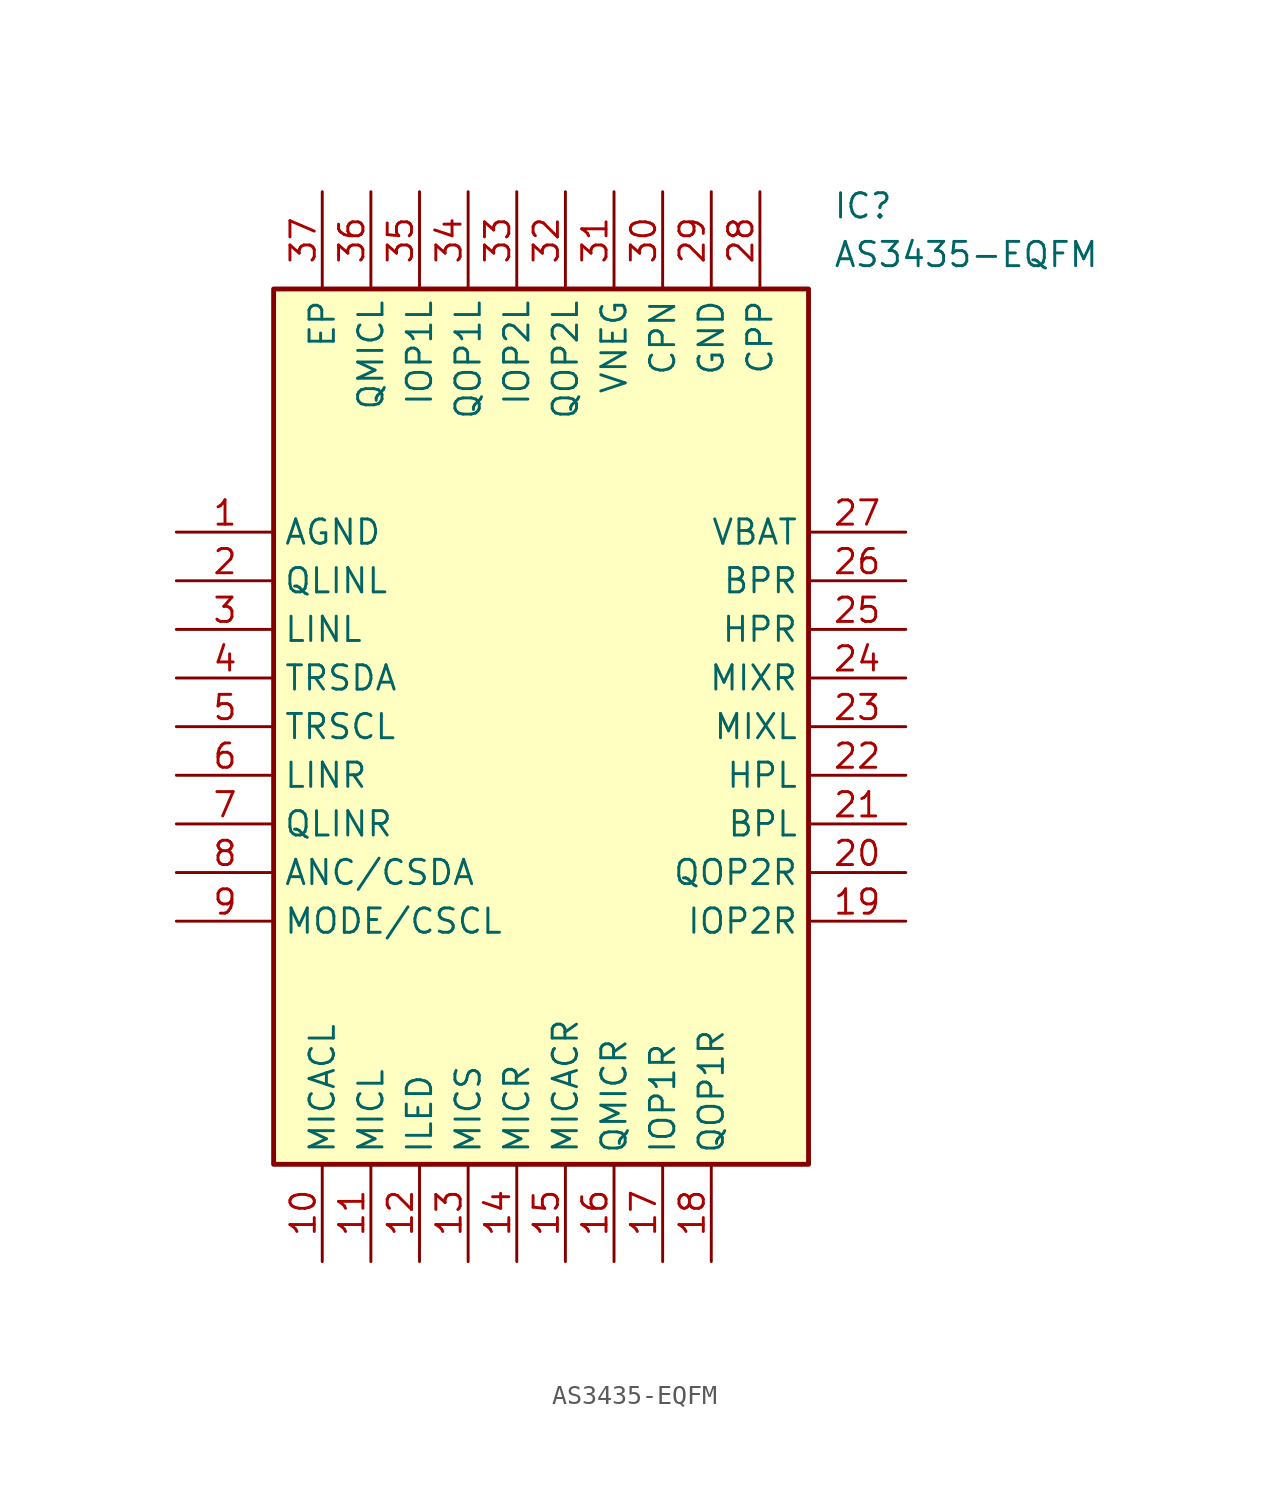
<source format=kicad_sym>
(kicad_symbol_lib
  (version 20220914)
  (generator kicad_symbol_editor)
  (symbol "AS3435-EQFM"
    (property "Reference" "IC"
      (at 34.29 17.78 0)
      (effects (font (size 1.27 1.27)) (justify left top)))
    (property "Value" "AS3435-EQFM"
      (at 34.29 15.24 0)
      (effects (font (size 1.27 1.27)) (justify left top)))
    (symbol "AS3435-EQFM_1_1"
      (rectangle (start 5.08 12.7) (end 33.02 -33.02) (stroke (width 0.254) (type default)) (fill (type background)))
      (pin passive line (at 0 0 0) (length 5.08) (name "AGND" (effects (font (size 1.27 1.27)))) (number "1" (effects (font (size 1.27 1.27)))))
      (pin passive line (at 7.62 -38.1 90) (length 5.08) (name "MICACL" (effects (font (size 1.27 1.27)))) (number "10" (effects (font (size 1.27 1.27)))))
      (pin passive line (at 10.16 -38.1 90) (length 5.08) (name "MICL" (effects (font (size 1.27 1.27)))) (number "11" (effects (font (size 1.27 1.27)))))
      (pin passive line (at 12.7 -38.1 90) (length 5.08) (name "ILED" (effects (font (size 1.27 1.27)))) (number "12" (effects (font (size 1.27 1.27)))))
      (pin passive line (at 15.24 -38.1 90) (length 5.08) (name "MICS" (effects (font (size 1.27 1.27)))) (number "13" (effects (font (size 1.27 1.27)))))
      (pin passive line (at 17.78 -38.1 90) (length 5.08) (name "MICR" (effects (font (size 1.27 1.27)))) (number "14" (effects (font (size 1.27 1.27)))))
      (pin passive line (at 20.32 -38.1 90) (length 5.08) (name "MICACR" (effects (font (size 1.27 1.27)))) (number "15" (effects (font (size 1.27 1.27)))))
      (pin passive line (at 22.86 -38.1 90) (length 5.08) (name "QMICR" (effects (font (size 1.27 1.27)))) (number "16" (effects (font (size 1.27 1.27)))))
      (pin passive line (at 25.4 -38.1 90) (length 5.08) (name "IOP1R" (effects (font (size 1.27 1.27)))) (number "17" (effects (font (size 1.27 1.27)))))
      (pin passive line (at 27.94 -38.1 90) (length 5.08) (name "QOP1R" (effects (font (size 1.27 1.27)))) (number "18" (effects (font (size 1.27 1.27)))))
      (pin passive line (at 38.1 -20.32 180) (length 5.08) (name "IOP2R" (effects (font (size 1.27 1.27)))) (number "19" (effects (font (size 1.27 1.27)))))
      (pin passive line (at 0 -2.54 0) (length 5.08) (name "QLINL" (effects (font (size 1.27 1.27)))) (number "2" (effects (font (size 1.27 1.27)))))
      (pin passive line (at 38.1 -17.78 180) (length 5.08) (name "QOP2R" (effects (font (size 1.27 1.27)))) (number "20" (effects (font (size 1.27 1.27)))))
      (pin passive line (at 38.1 -15.24 180) (length 5.08) (name "BPL" (effects (font (size 1.27 1.27)))) (number "21" (effects (font (size 1.27 1.27)))))
      (pin passive line (at 38.1 -12.7 180) (length 5.08) (name "HPL" (effects (font (size 1.27 1.27)))) (number "22" (effects (font (size 1.27 1.27)))))
      (pin passive line (at 38.1 -10.16 180) (length 5.08) (name "MIXL" (effects (font (size 1.27 1.27)))) (number "23" (effects (font (size 1.27 1.27)))))
      (pin passive line (at 38.1 -7.62 180) (length 5.08) (name "MIXR" (effects (font (size 1.27 1.27)))) (number "24" (effects (font (size 1.27 1.27)))))
      (pin passive line (at 38.1 -5.08 180) (length 5.08) (name "HPR" (effects (font (size 1.27 1.27)))) (number "25" (effects (font (size 1.27 1.27)))))
      (pin passive line (at 38.1 -2.54 180) (length 5.08) (name "BPR" (effects (font (size 1.27 1.27)))) (number "26" (effects (font (size 1.27 1.27)))))
      (pin passive line (at 38.1 0 180) (length 5.08) (name "VBAT" (effects (font (size 1.27 1.27)))) (number "27" (effects (font (size 1.27 1.27)))))
      (pin passive line (at 30.48 17.78 270) (length 5.08) (name "CPP" (effects (font (size 1.27 1.27)))) (number "28" (effects (font (size 1.27 1.27)))))
      (pin passive line (at 27.94 17.78 270) (length 5.08) (name "GND" (effects (font (size 1.27 1.27)))) (number "29" (effects (font (size 1.27 1.27)))))
      (pin passive line (at 0 -5.08 0) (length 5.08) (name "LINL" (effects (font (size 1.27 1.27)))) (number "3" (effects (font (size 1.27 1.27)))))
      (pin passive line (at 25.4 17.78 270) (length 5.08) (name "CPN" (effects (font (size 1.27 1.27)))) (number "30" (effects (font (size 1.27 1.27)))))
      (pin passive line (at 22.86 17.78 270) (length 5.08) (name "VNEG" (effects (font (size 1.27 1.27)))) (number "31" (effects (font (size 1.27 1.27)))))
      (pin passive line (at 20.32 17.78 270) (length 5.08) (name "QOP2L" (effects (font (size 1.27 1.27)))) (number "32" (effects (font (size 1.27 1.27)))))
      (pin passive line (at 17.78 17.78 270) (length 5.08) (name "IOP2L" (effects (font (size 1.27 1.27)))) (number "33" (effects (font (size 1.27 1.27)))))
      (pin passive line (at 15.24 17.78 270) (length 5.08) (name "QOP1L" (effects (font (size 1.27 1.27)))) (number "34" (effects (font (size 1.27 1.27)))))
      (pin passive line (at 12.7 17.78 270) (length 5.08) (name "IOP1L" (effects (font (size 1.27 1.27)))) (number "35" (effects (font (size 1.27 1.27)))))
      (pin passive line (at 10.16 17.78 270) (length 5.08) (name "QMICL" (effects (font (size 1.27 1.27)))) (number "36" (effects (font (size 1.27 1.27)))))
      (pin passive line (at 7.62 17.78 270) (length 5.08) (name "EP" (effects (font (size 1.27 1.27)))) (number "37" (effects (font (size 1.27 1.27)))))
      (pin passive line (at 0 -7.62 0) (length 5.08) (name "TRSDA" (effects (font (size 1.27 1.27)))) (number "4" (effects (font (size 1.27 1.27)))))
      (pin passive line (at 0 -10.16 0) (length 5.08) (name "TRSCL" (effects (font (size 1.27 1.27)))) (number "5" (effects (font (size 1.27 1.27)))))
      (pin passive line (at 0 -12.7 0) (length 5.08) (name "LINR" (effects (font (size 1.27 1.27)))) (number "6" (effects (font (size 1.27 1.27)))))
      (pin passive line (at 0 -15.24 0) (length 5.08) (name "QLINR" (effects (font (size 1.27 1.27)))) (number "7" (effects (font (size 1.27 1.27)))))
      (pin passive line (at 0 -17.78 0) (length 5.08) (name "ANC/CSDA" (effects (font (size 1.27 1.27)))) (number "8" (effects (font (size 1.27 1.27)))))
      (pin passive line (at 0 -20.32 0) (length 5.08) (name "MODE/CSCL" (effects (font (size 1.27 1.27)))) (number "9" (effects (font (size 1.27 1.27))))))))
</source>
